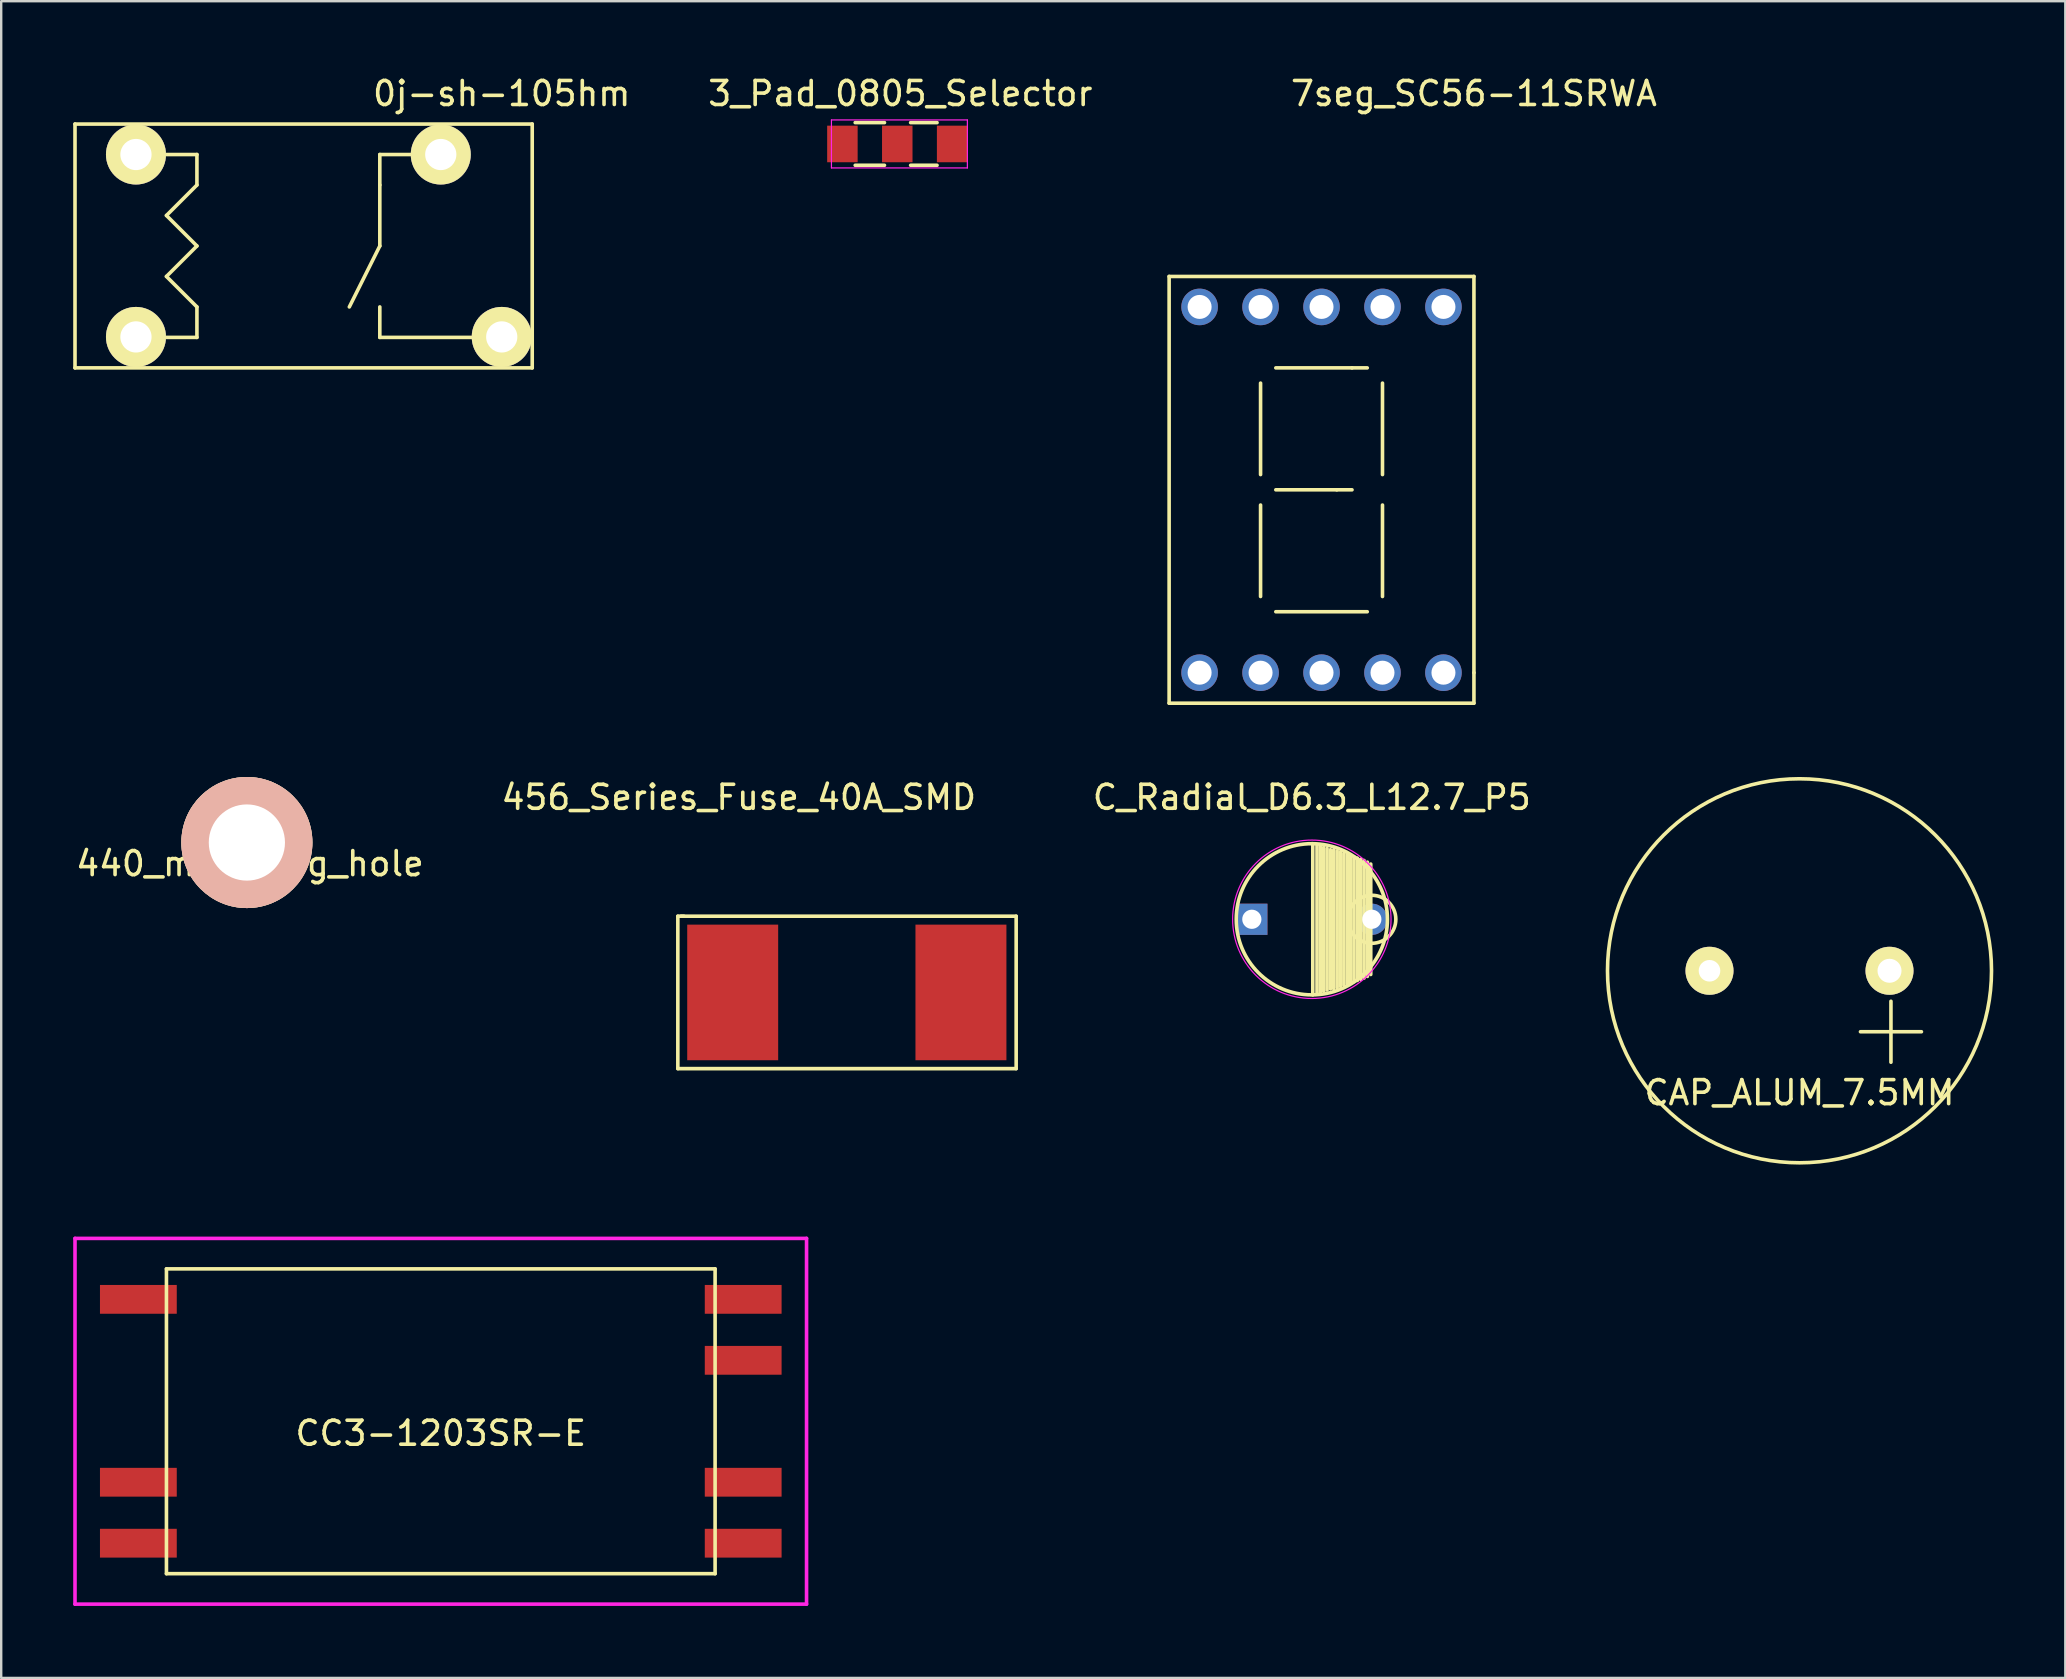
<source format=kicad_pcb>
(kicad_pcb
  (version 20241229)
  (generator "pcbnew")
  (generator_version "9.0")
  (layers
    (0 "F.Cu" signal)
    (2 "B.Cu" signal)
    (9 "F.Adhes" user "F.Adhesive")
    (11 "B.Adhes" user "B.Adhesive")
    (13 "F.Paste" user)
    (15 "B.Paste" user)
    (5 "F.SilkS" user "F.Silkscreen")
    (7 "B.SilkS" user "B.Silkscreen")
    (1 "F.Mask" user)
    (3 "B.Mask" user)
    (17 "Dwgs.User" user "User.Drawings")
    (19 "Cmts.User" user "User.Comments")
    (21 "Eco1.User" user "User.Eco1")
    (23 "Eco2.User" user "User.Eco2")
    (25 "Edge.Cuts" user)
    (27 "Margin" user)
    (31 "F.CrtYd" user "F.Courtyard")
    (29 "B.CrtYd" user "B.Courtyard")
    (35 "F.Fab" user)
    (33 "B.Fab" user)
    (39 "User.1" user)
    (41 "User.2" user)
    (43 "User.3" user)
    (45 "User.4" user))
  (footprint "CC3-1203SR-E"
    (layer "F.Cu")
    (at 15.315 56.168)
    (property "Reference" "CC3-1203SR-E" (at 0 0.5 0) (layer "F.SilkS") (effects (font (size 1 1) (thickness 0.15))))
    (attr through_hole)
    (fp_line (start -11.43 -6.35) (end -11.43 6.35) (stroke (width 0.15) (type solid)) (layer "F.SilkS"))
    (fp_line (start -11.43 6.35) (end 11.43 6.35) (stroke (width 0.15) (type solid)) (layer "F.SilkS"))
    (fp_line (start 11.43 -6.35) (end -11.43 -6.35) (stroke (width 0.15) (type solid)) (layer "F.SilkS"))
    (fp_line (start 11.43 6.35) (end 11.43 -6.35) (stroke (width 0.15) (type solid)) (layer "F.SilkS"))
    (fp_line (start -15.24 -7.62) (end 15.24 -7.62) (stroke (width 0.15) (type solid)) (layer "F.CrtYd"))
    (fp_line (start -15.24 7.62) (end -15.24 -7.62) (stroke (width 0.15) (type solid)) (layer "F.CrtYd"))
    (fp_line (start 15.24 -7.62) (end 15.24 7.62) (stroke (width 0.15) (type solid)) (layer "F.CrtYd"))
    (fp_line (start 15.24 7.62) (end -15.24 7.62) (stroke (width 0.15) (type solid)) (layer "F.CrtYd"))
    (pad "1" smd rect (at -12.6 -5.08) (size 3.2 1.2) (layers "F.Cu" "F.Mask" "F.Paste"))
    (pad "2" smd rect (at -12.6 2.54) (size 3.2 1.2) (layers "F.Cu" "F.Mask" "F.Paste"))
    (pad "3" smd rect (at -12.6 5.08) (size 3.2 1.2) (layers "F.Cu" "F.Mask" "F.Paste"))
    (pad "4" smd rect (at 12.6 5.08) (size 3.2 1.2) (layers "F.Cu" "F.Mask" "F.Paste"))
    (pad "5" smd rect (at 12.6 2.54) (size 3.2 1.2) (layers "F.Cu" "F.Mask" "F.Paste"))
    (pad "6" smd rect (at 12.6 -2.54) (size 3.2 1.2) (layers "F.Cu" "F.Mask" "F.Paste"))
    (pad "7" smd rect (at 12.6 -5.08) (size 3.2 1.2) (layers "F.Cu" "F.Mask" "F.Paste")))
  (footprint "3_Pad_0805_Selector"
    (layer "F.Cu")
    (at 34.462 2.948)
    (property "Reference" "3_Pad_0805_Selector" (at 0 -2.1 0) (layer "F.SilkS") (effects (font (size 1 1) (thickness 0.15))))
    (attr smd)
    (fp_line (start -1.88 -0.889) (end -0.66 -0.889) (stroke (width 0.15) (type solid)) (layer "F.SilkS"))
    (fp_line (start -0.66 0.889) (end -1.88 0.889) (stroke (width 0.15) (type solid)) (layer "F.SilkS"))
    (fp_line (start 0.43 -0.889) (end 1.53 -0.889) (stroke (width 0.15) (type solid)) (layer "F.SilkS"))
    (fp_line (start 1.53 0.889) (end 0.43 0.889) (stroke (width 0.15) (type solid)) (layer "F.SilkS"))
    (fp_line (start -2.87 -1) (end -2.87 1) (stroke (width 0.05) (type solid)) (layer "F.CrtYd"))
    (fp_line (start -2.87 -1) (end 2.794 -1) (stroke (width 0.05) (type solid)) (layer "F.CrtYd"))
    (fp_line (start -2.87 1) (end 2.794 1) (stroke (width 0.05) (type solid)) (layer "F.CrtYd"))
    (fp_line (start 2.794 -1) (end 2.794 1) (stroke (width 0.05) (type solid)) (layer "F.CrtYd"))
    (pad "1" smd rect (at -2.413 0) (size 1.27 1.524) (layers "F.Cu" "F.Mask" "F.Paste"))
    (pad "2" smd rect (at -0.127 0) (size 1.27 1.524) (layers "F.Cu" "F.Mask" "F.Paste"))
    (pad "3" smd rect (at 2.159 0) (size 1.27 1.524) (layers "F.Cu" "F.Mask" "F.Paste")))
  (footprint "C_Radial_D6.3_L12.7_P5"
    (layer "F.Cu")
    (at 49.108 35.252)
    (property "Reference" "C_Radial_D6.3_L12.7_P5" (at 2.5 -5.08 0) (layer "F.SilkS") (effects (font (size 1 1) (thickness 0.15))))
    (attr through_hole)
    (fp_line (start 2.54 -3.15) (end 2.54 3.15) (stroke (width 0.15) (type solid)) (layer "F.SilkS"))
    (fp_line (start 2.715 -3.1) (end 2.715 3.1) (stroke (width 0.15) (type solid)) (layer "F.SilkS"))
    (fp_line (start 2.855 -3.05) (end 2.855 3.05) (stroke (width 0.15) (type solid)) (layer "F.SilkS"))
    (fp_line (start 2.995 -3) (end 2.995 3) (stroke (width 0.15) (type solid)) (layer "F.SilkS"))
    (fp_line (start 3.135 -2.95) (end 3.135 2.95) (stroke (width 0.15) (type solid)) (layer "F.SilkS"))
    (fp_line (start 3.275 -2.9) (end 3.275 2.9) (stroke (width 0.15) (type solid)) (layer "F.SilkS"))
    (fp_line (start 3.415 -2.9) (end 3.415 2.9) (stroke (width 0.15) (type solid)) (layer "F.SilkS"))
    (fp_line (start 3.555 -2.85) (end 3.555 2.85) (stroke (width 0.15) (type solid)) (layer "F.SilkS"))
    (fp_line (start 3.695 -2.8) (end 3.695 2.8) (stroke (width 0.15) (type solid)) (layer "F.SilkS"))
    (fp_line (start 3.835 -2.75) (end 3.835 2.75) (stroke (width 0.15) (type solid)) (layer "F.SilkS"))
    (fp_line (start 3.975 -2.7) (end 3.975 2.7) (stroke (width 0.15) (type solid)) (layer "F.SilkS"))
    (fp_line (start 4.115 -2.65) (end 4.115 2.65) (stroke (width 0.15) (type solid)) (layer "F.SilkS"))
    (fp_line (start 4.255 -2.6) (end 4.255 2.6) (stroke (width 0.15) (type solid)) (layer "F.SilkS"))
    (fp_line (start 4.395 -2.55) (end 4.395 2.55) (stroke (width 0.15) (type solid)) (layer "F.SilkS"))
    (fp_line (start 4.535 -2.5) (end 4.535 2.5) (stroke (width 0.15) (type solid)) (layer "F.SilkS"))
    (fp_line (start 4.675 -2.45) (end 4.675 2.45) (stroke (width 0.15) (type solid)) (layer "F.SilkS"))
    (fp_line (start 4.815 -2.38) (end 4.815 2.38) (stroke (width 0.15) (type solid)) (layer "F.SilkS"))
    (fp_line (start 4.955 -2.3) (end 4.955 2.3) (stroke (width 0.15) (type solid)) (layer "F.SilkS"))
    (fp_circle (center 2.5 0) (end 2.5 -3.15) (stroke (width 0.15) (type solid)) (fill no) (layer "F.SilkS"))
    (fp_circle (center 5 0) (end 5 -1) (stroke (width 0.15) (type solid)) (fill no) (layer "F.SilkS"))
    (fp_circle (center 2.5 0) (end 2.5 -3.3) (stroke (width 0.05) (type solid)) (fill no) (layer "F.CrtYd"))
    (pad "1" thru_hole rect (at 0 0) (size 1.3 1.3) (drill 0.8) (layers "*.Cu" "*.Mask"))
    (pad "2" thru_hole circle (at 5 0) (size 1.3 1.3) (drill 0.8) (layers "*.Cu" "*.Mask")))
  (footprint "440_mounting_hole"
    (layer "F.Cu")
    (at 7.363 32.435)
    (property "Reference" "440_mounting_hole" (at 0 0.5 0) (layer "F.SilkS") (effects (font (size 1 1) (thickness 0.15))))
    (attr through_hole)
    (pad "1" thru_hole circle (at -0.127 -0.381) (size 5.461 5.461) (drill 3.175) (layers "*.Cu" "*.SilkS" "*.Mask")))
  (footprint "0j-sh-105hm"
    (layer "F.Cu")
    (at 2.615 3.388)
    (property "Reference" "0j-sh-105hm" (at 15.24 -2.54 0) (layer "F.SilkS") (effects (font (size 1 1) (thickness 0.15))))
    (attr through_hole)
    (fp_line (start -2.54 -1.27) (end -2.54 8.89) (stroke (width 0.15) (type solid)) (layer "F.SilkS"))
    (fp_line (start -2.54 8.89) (end 16.51 8.89) (stroke (width 0.15) (type solid)) (layer "F.SilkS"))
    (fp_line (start 1.27 0) (end 2.54 0) (stroke (width 0.15) (type solid)) (layer "F.SilkS"))
    (fp_line (start 1.27 2.54) (end 2.54 1.27) (stroke (width 0.15) (type solid)) (layer "F.SilkS"))
    (fp_line (start 1.27 5.08) (end 2.54 3.81) (stroke (width 0.15) (type solid)) (layer "F.SilkS"))
    (fp_line (start 1.27 7.62) (end 2.54 7.62) (stroke (width 0.15) (type solid)) (layer "F.SilkS"))
    (fp_line (start 2.54 0) (end 2.54 1.27) (stroke (width 0.15) (type solid)) (layer "F.SilkS"))
    (fp_line (start 2.54 3.81) (end 1.27 2.54) (stroke (width 0.15) (type solid)) (layer "F.SilkS"))
    (fp_line (start 2.54 6.35) (end 1.27 5.08) (stroke (width 0.15) (type solid)) (layer "F.SilkS"))
    (fp_line (start 2.54 7.62) (end 2.54 6.35) (stroke (width 0.15) (type solid)) (layer "F.SilkS"))
    (fp_line (start 10.16 0) (end 11.43 0) (stroke (width 0.15) (type solid)) (layer "F.SilkS"))
    (fp_line (start 10.16 1.27) (end 10.16 0) (stroke (width 0.15) (type solid)) (layer "F.SilkS"))
    (fp_line (start 10.16 1.27) (end 10.16 3.81) (stroke (width 0.15) (type solid)) (layer "F.SilkS"))
    (fp_line (start 10.16 3.81) (end 8.89 6.35) (stroke (width 0.15) (type solid)) (layer "F.SilkS"))
    (fp_line (start 10.16 6.35) (end 10.16 7.62) (stroke (width 0.15) (type solid)) (layer "F.SilkS"))
    (fp_line (start 10.16 7.62) (end 13.97 7.62) (stroke (width 0.15) (type solid)) (layer "F.SilkS"))
    (fp_line (start 16.51 -1.27) (end -2.54 -1.27) (stroke (width 0.15) (type solid)) (layer "F.SilkS"))
    (fp_line (start 16.51 8.89) (end 16.51 -1.27) (stroke (width 0.15) (type solid)) (layer "F.SilkS"))
    (pad "1" thru_hole circle (at 0 0) (size 2.5 2.5) (drill 1.3) (layers "*.Cu" "*.Mask" "F.SilkS"))
    (pad "2" thru_hole circle (at 0 7.6) (size 2.5 2.5) (drill 1.3) (layers "*.Cu" "*.Mask" "F.SilkS"))
    (pad "3" thru_hole circle (at 12.7 0) (size 2.5 2.5) (drill 1.3) (layers "*.Cu" "*.Mask" "F.SilkS"))
    (pad "4" thru_hole circle (at 15.24 7.6) (size 2.5 2.5) (drill 1.3) (layers "*.Cu" "*.Mask" "F.SilkS")))
  (footprint "456_Series_Fuse_40A_SMD"
    (layer "F.Cu")
    (at 27.478 38.3)
    (property "Reference" "456_Series_Fuse_40A_SMD" (at 0.254 -8.128 0) (layer "F.SilkS") (effects (font (size 1 1) (thickness 0.15))))
    (attr through_hole)
    (fp_line (start -2.286 -3.175) (end -2.032 -3.175) (stroke (width 0.15) (type solid)) (layer "F.SilkS"))
    (fp_line (start -2.286 3.175) (end -2.286 -3.175) (stroke (width 0.15) (type solid)) (layer "F.SilkS"))
    (fp_line (start -2.159 -3.175) (end 11.811 -3.175) (stroke (width 0.15) (type solid)) (layer "F.SilkS"))
    (fp_line (start 11.811 -3.175) (end 11.811 3.175) (stroke (width 0.15) (type solid)) (layer "F.SilkS"))
    (fp_line (start 11.811 3.175) (end -2.286 3.175) (stroke (width 0.15) (type solid)) (layer "F.SilkS"))
    (pad "1" smd rect (at 0 0) (size 3.79 5.65) (layers "F.Cu" "F.Mask" "F.Paste"))
    (pad "2" smd rect (at 9.51 0) (size 3.79 5.65) (layers "F.Cu" "F.Mask" "F.Paste")))
  (footprint "CAP_ALUM_7.5MM"
    (layer "F.Cu")
    (at 71.927 37.398)
    (property "Reference" "CAP_ALUM_7.5MM" (at 0 5.08 0) (layer "F.SilkS") (effects (font (size 1 1) (thickness 0.15))))
    (attr through_hole)
    (fp_line (start 2.54 2.54) (end 5.08 2.54) (stroke (width 0.15) (type solid)) (layer "F.SilkS"))
    (fp_line (start 3.81 1.27) (end 3.81 3.81) (stroke (width 0.15) (type solid)) (layer "F.SilkS"))
    (fp_circle (center 0 0) (end 8 0) (stroke (width 0.15) (type solid)) (fill no) (layer "F.SilkS"))
    (pad "1" thru_hole circle (at 3.75 0) (size 2 2) (drill 1) (layers "*.Cu" "*.Mask" "F.SilkS"))
    (pad "2" thru_hole circle (at -3.75 0) (size 2 2) (drill 0.9) (layers "*.Cu" "*.Mask" "F.SilkS")))
  (footprint "7seg_SC56-11SRWA"
    (layer "F.Cu")
    (at 46.932 9.738)
    (property "Reference" "7seg_SC56-11SRWA" (at 11.43 -8.89 0) (layer "F.SilkS") (effects (font (size 1 1) (thickness 0.15))))
    (attr through_hole)
    (fp_line (start -1.27 -1.27) (end -1.27 16.51) (stroke (width 0.15) (type solid)) (layer "F.SilkS"))
    (fp_line (start -1.27 16.51) (end 11.43 16.51) (stroke (width 0.15) (type solid)) (layer "F.SilkS"))
    (fp_line (start 2.54 3.175) (end 2.54 6.985) (stroke (width 0.15) (type solid)) (layer "F.SilkS"))
    (fp_line (start 2.54 8.255) (end 2.54 12.065) (stroke (width 0.15) (type solid)) (layer "F.SilkS"))
    (fp_line (start 3.175 2.54) (end 6.35 2.54) (stroke (width 0.15) (type solid)) (layer "F.SilkS"))
    (fp_line (start 3.175 7.62) (end 5.715 7.62) (stroke (width 0.15) (type solid)) (layer "F.SilkS"))
    (fp_line (start 3.175 12.7) (end 6.985 12.7) (stroke (width 0.15) (type solid)) (layer "F.SilkS"))
    (fp_line (start 5.715 7.62) (end 6.35 7.62) (stroke (width 0.15) (type solid)) (layer "F.SilkS"))
    (fp_line (start 6.35 2.54) (end 6.985 2.54) (stroke (width 0.15) (type solid)) (layer "F.SilkS"))
    (fp_line (start 7.62 6.985) (end 7.62 3.175) (stroke (width 0.15) (type solid)) (layer "F.SilkS"))
    (fp_line (start 7.62 12.065) (end 7.62 8.255) (stroke (width 0.15) (type solid)) (layer "F.SilkS"))
    (fp_line (start 11.43 -1.27) (end -1.27 -1.27) (stroke (width 0.15) (type solid)) (layer "F.SilkS"))
    (fp_line (start 11.43 15.24) (end 11.43 -1.27) (stroke (width 0.15) (type solid)) (layer "F.SilkS"))
    (fp_line (start 11.43 16.51) (end 11.43 15.24) (stroke (width 0.15) (type solid)) (layer "F.SilkS"))
    (pad "1" thru_hole circle (at 0 15.24) (size 1.524 1.524) (drill 1) (layers "*.Cu" "*.Mask"))
    (pad "2" thru_hole circle (at 2.54 15.24) (size 1.524 1.524) (drill 1) (layers "*.Cu" "*.Mask"))
    (pad "3" thru_hole circle (at 5.08 15.24) (size 1.524 1.524) (drill 1) (layers "*.Cu" "*.Mask"))
    (pad "4" thru_hole circle (at 7.62 15.24) (size 1.524 1.524) (drill 1) (layers "*.Cu" "*.Mask"))
    (pad "5" thru_hole circle (at 10.16 15.24) (size 1.524 1.524) (drill 1) (layers "*.Cu" "*.Mask"))
    (pad "6" thru_hole circle (at 10.16 0) (size 1.524 1.524) (drill 1) (layers "*.Cu" "*.Mask"))
    (pad "7" thru_hole circle (at 7.62 0) (size 1.524 1.524) (drill 1) (layers "*.Cu" "*.Mask"))
    (pad "8" thru_hole circle (at 5.08 0) (size 1.524 1.524) (drill 1) (layers "*.Cu" "*.Mask"))
    (pad "9" thru_hole circle (at 2.54 0) (size 1.524 1.524) (drill 1) (layers "*.Cu" "*.Mask"))
    (pad "10" thru_hole circle (at 0 0) (size 1.524 1.524) (drill 1) (layers "*.Cu" "*.Mask")))
  (gr_rect
    (start -3 -3)
    (end 83.002 66.863)
    (stroke (width 0.1) (type default))
    (fill no)
    (layer "Edge.Cuts")))
</source>
